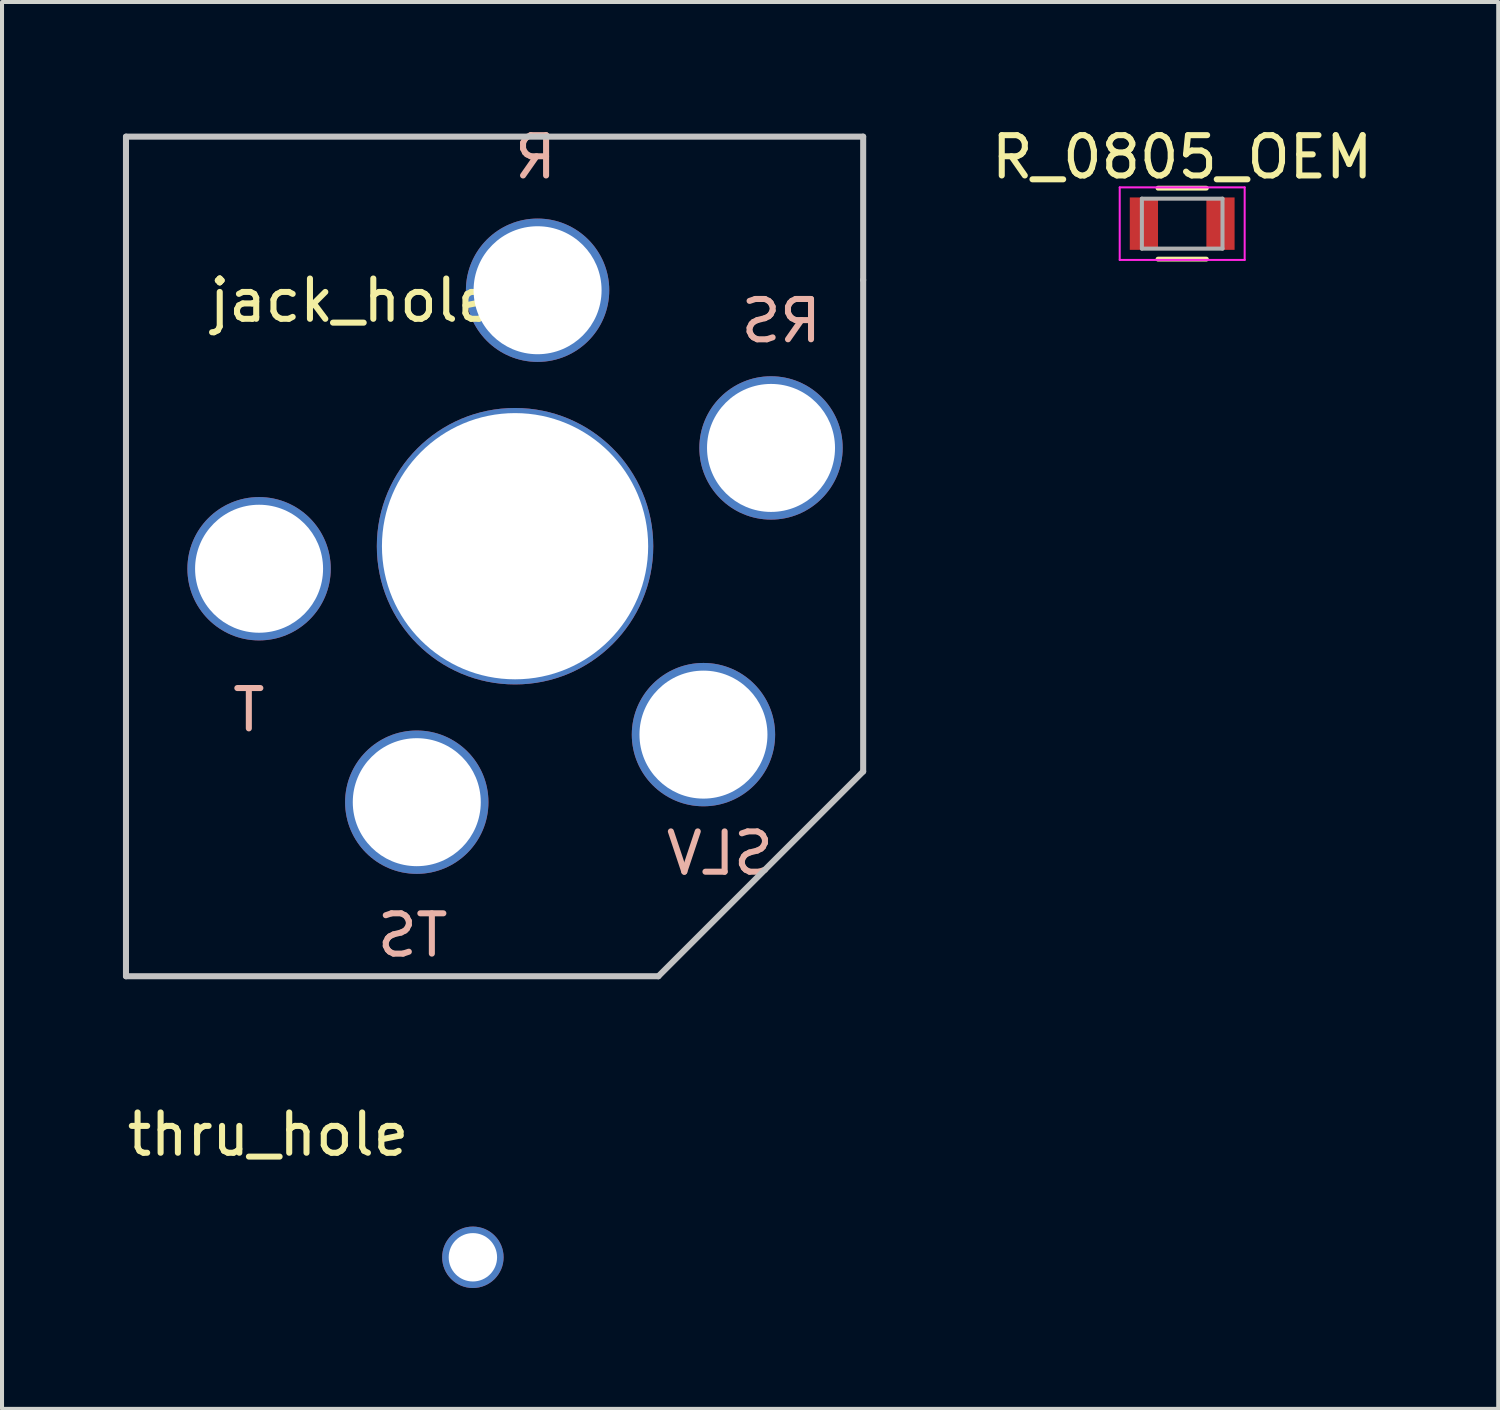
<source format=kicad_pcb>
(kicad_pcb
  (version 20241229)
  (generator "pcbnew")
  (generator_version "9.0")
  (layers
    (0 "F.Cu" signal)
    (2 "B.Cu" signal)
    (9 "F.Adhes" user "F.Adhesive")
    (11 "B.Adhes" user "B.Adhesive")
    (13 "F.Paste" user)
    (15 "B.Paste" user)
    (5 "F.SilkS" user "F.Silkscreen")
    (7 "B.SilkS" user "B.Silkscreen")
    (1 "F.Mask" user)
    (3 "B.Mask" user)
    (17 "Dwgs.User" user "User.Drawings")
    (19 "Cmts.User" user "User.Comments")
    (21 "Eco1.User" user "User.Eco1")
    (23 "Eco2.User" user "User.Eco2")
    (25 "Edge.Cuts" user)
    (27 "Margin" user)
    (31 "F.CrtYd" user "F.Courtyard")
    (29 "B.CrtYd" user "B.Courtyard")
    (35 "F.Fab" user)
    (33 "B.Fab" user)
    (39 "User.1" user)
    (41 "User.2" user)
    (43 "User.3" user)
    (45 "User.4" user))
  (footprint "thru_hole"
    (layer "F.Cu")
    (at 8.681 28.14)
    (property "Reference" "thru_hole" (at -5.08 -3.048 0) (layer "F.SilkS") (effects (font (size 1 1) (thickness 0.15))))
    (attr through_hole)
    (pad "1" thru_hole circle (at 0 0) (size 1.524 1.524) (drill 1.2) (layers "*.Cu" "*.Mask")))
  (footprint "jack_hole"
    (layer "F.Cu")
    (at 9.727 10.5)
    (property "Reference" "jack_hole" (at -4.064 -6.096 0) (layer "F.SilkS") (effects (font (size 1 1) (thickness 0.15))))
    (attr through_hole)
    (fp_line (start -9.652 -10.16) (end -9.652 10.668) (stroke (width 0.15) (type solid)) (layer "Dwgs.User"))
    (fp_line (start -9.652 10.668) (end 3.556 10.668) (stroke (width 0.15) (type solid)) (layer "Dwgs.User"))
    (fp_line (start 3.556 10.668) (end 8.636 5.588) (stroke (width 0.15) (type solid)) (layer "Dwgs.User"))
    (fp_line (start 8.636 -10.16) (end -9.652 -10.16) (stroke (width 0.15) (type solid)) (layer "Dwgs.User"))
    (fp_line (start 8.636 -6.604) (end 8.636 -10.16) (stroke (width 0.15) (type solid)) (layer "Dwgs.User"))
    (fp_line (start 8.636 5.588) (end 8.636 -6.604) (stroke (width 0.15) (type solid)) (layer "Dwgs.User"))
    (fp_text user "RS" (at 6.604 -5.588 0) (layer "B.SilkS") (effects (font (size 1 1) (thickness 0.15)) (justify mirror)))
    (fp_text user "T" (at -6.604 4.064 0) (layer "B.SilkS") (effects (font (size 1 1) (thickness 0.15)) (justify mirror)))
    (fp_text user "SLV" (at 5.08 7.62 0) (layer "B.SilkS") (effects (font (size 1 1) (thickness 0.15)) (justify mirror)))
    (fp_text user "TS" (at -2.54 9.652 0) (layer "B.SilkS") (effects (font (size 1 1) (thickness 0.15)) (justify mirror)))
    (fp_text user "R" (at 0.508 -9.652 0) (layer "B.SilkS") (effects (font (size 1 1) (thickness 0.15)) (justify mirror)))
    (pad "0" thru_hole circle (at 0 0) (size 6.858 6.858) (drill 6.604) (layers "*.Cu" "*.Mask"))
    (pad "1" thru_hole circle (at 4.674 4.674) (size 3.556 3.556) (drill 3.175) (layers "*.Cu" "*.Mask"))
    (pad "2" thru_hole circle (at 0.559 -6.35 90) (size 3.556 3.556) (drill 3.175) (layers "*.Cu" "*.Mask"))
    (pad "3" thru_hole circle (at -6.35 0.559) (size 3.556 3.556) (drill 3.175) (layers "*.Cu" "*.Mask"))
    (pad "4" thru_hole circle (at -2.438 6.35) (size 3.556 3.556) (drill 3.175) (layers "*.Cu" "*.Mask"))
    (pad "5" thru_hole circle (at 6.35 -2.438) (size 3.556 3.556) (drill 3.175) (layers "*.Cu" "*.Mask")))
  (footprint "R_0805_OEM"
    (layer "F.Cu")
    (at 26.277 2.498)
    (property "Reference" "R_0805_OEM" (at 0 -1.65 0) (layer "F.SilkS") (effects (font (size 1 1) (thickness 0.15))))
    (attr smd)
    (fp_line (start -0.6 -0.88) (end 0.6 -0.88) (stroke (width 0.12) (type solid)) (layer "F.SilkS"))
    (fp_line (start 0.6 0.88) (end -0.6 0.88) (stroke (width 0.12) (type solid)) (layer "F.SilkS"))
    (fp_line (start -1.55 -0.9) (end -1.55 0.9) (stroke (width 0.05) (type solid)) (layer "F.CrtYd"))
    (fp_line (start -1.55 -0.9) (end 1.55 -0.9) (stroke (width 0.05) (type solid)) (layer "F.CrtYd"))
    (fp_line (start 1.55 0.9) (end -1.55 0.9) (stroke (width 0.05) (type solid)) (layer "F.CrtYd"))
    (fp_line (start 1.55 0.9) (end 1.55 -0.9) (stroke (width 0.05) (type solid)) (layer "F.CrtYd"))
    (fp_line (start -1 -0.62) (end 1 -0.62) (stroke (width 0.1) (type solid)) (layer "F.Fab"))
    (fp_line (start -1 0.62) (end -1 -0.62) (stroke (width 0.1) (type solid)) (layer "F.Fab"))
    (fp_line (start 1 -0.62) (end 1 0.62) (stroke (width 0.1) (type solid)) (layer "F.Fab"))
    (fp_line (start 1 0.62) (end -1 0.62) (stroke (width 0.1) (type solid)) (layer "F.Fab"))
    (pad "1" smd rect (at -0.95 0) (size 0.7 1.3) (layers "F.Cu" "F.Mask" "F.Paste"))
    (pad "2" smd rect (at 0.95 0) (size 0.7 1.3) (layers "F.Cu" "F.Mask" "F.Paste")))
  (gr_rect
    (start -3 -3)
    (end 34.117 31.901)
    (stroke (width 0.1) (type default))
    (fill no)
    (layer "Edge.Cuts")))
</source>
